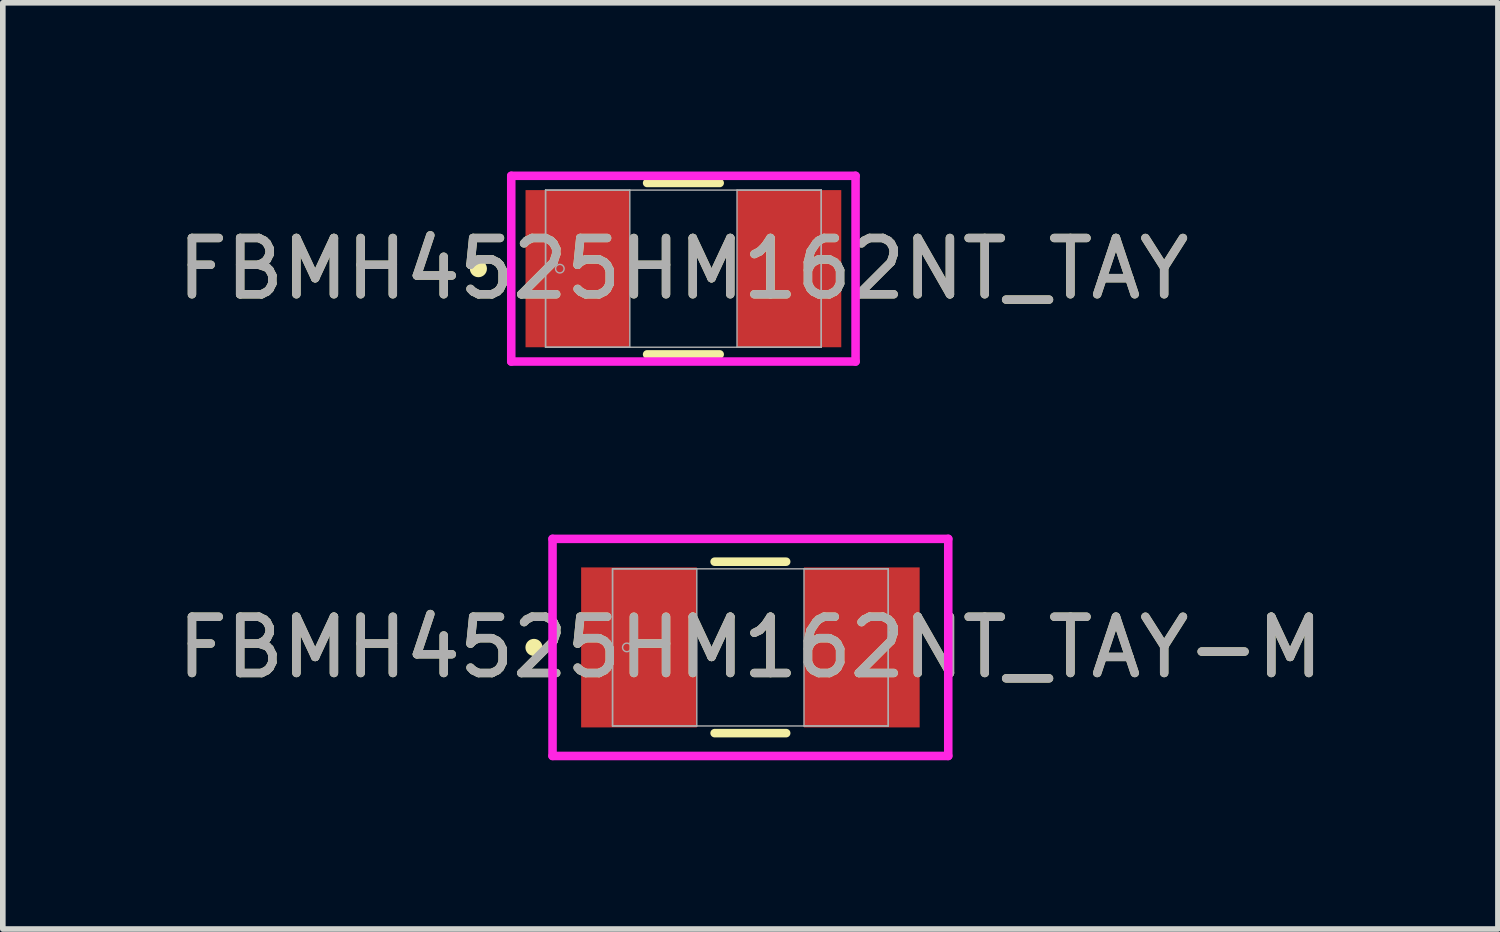
<source format=kicad_pcb>
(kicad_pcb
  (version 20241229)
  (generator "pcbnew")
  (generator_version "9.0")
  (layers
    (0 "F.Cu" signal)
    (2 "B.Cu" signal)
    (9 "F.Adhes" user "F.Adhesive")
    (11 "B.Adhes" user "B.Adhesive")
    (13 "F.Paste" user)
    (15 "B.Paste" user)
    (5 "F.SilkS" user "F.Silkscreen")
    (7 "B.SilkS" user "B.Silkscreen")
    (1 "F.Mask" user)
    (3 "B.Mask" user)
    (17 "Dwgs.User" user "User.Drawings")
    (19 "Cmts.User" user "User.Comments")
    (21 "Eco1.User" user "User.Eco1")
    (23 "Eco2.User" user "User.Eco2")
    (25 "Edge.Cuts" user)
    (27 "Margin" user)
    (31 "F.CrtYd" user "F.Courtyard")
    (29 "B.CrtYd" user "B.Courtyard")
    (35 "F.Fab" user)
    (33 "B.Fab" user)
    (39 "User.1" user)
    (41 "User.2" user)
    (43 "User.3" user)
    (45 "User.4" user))
  (footprint "FBMH4525HM162NT_TAY"
    (layer "F.Cu")
    (at 9.101 1.727)
    (property "Reference" "FBMH4525HM162NT_TAY" (at 0 0 0) (unlocked yes) (layer "F.SilkS") (effects (font (size 1 1) (thickness 0.15))))
    (attr smd)
    (fp_line (start -0.645 1.524) (end 0.645 1.524) (stroke (width 0.152) (type solid)) (layer "F.SilkS"))
    (fp_line (start 0.645 -1.524) (end -0.645 -1.524) (stroke (width 0.152) (type solid)) (layer "F.SilkS"))
    (fp_circle (center -3.645 0) (end -3.569 0) (stroke (width 0.152) (type solid)) (fill no) (layer "F.SilkS"))
    (fp_line (start -3.061 -1.651) (end 3.061 -1.651) (stroke (width 0.152) (type solid)) (layer "F.CrtYd"))
    (fp_line (start -3.061 1.651) (end -3.061 -1.651) (stroke (width 0.152) (type solid)) (layer "F.CrtYd"))
    (fp_line (start 3.061 -1.651) (end 3.061 1.651) (stroke (width 0.152) (type solid)) (layer "F.CrtYd"))
    (fp_line (start 3.061 1.651) (end -3.061 1.651) (stroke (width 0.152) (type solid)) (layer "F.CrtYd"))
    (fp_line (start -2.451 -1.397) (end -2.451 1.397) (stroke (width 0.025) (type solid)) (layer "F.Fab"))
    (fp_line (start -2.451 -1.397) (end -2.451 1.397) (stroke (width 0.025) (type solid)) (layer "F.Fab"))
    (fp_line (start -2.451 1.397) (end -0.953 1.397) (stroke (width 0.025) (type solid)) (layer "F.Fab"))
    (fp_line (start -2.451 1.397) (end 2.451 1.397) (stroke (width 0.025) (type solid)) (layer "F.Fab"))
    (fp_line (start -0.953 -1.397) (end -2.451 -1.397) (stroke (width 0.025) (type solid)) (layer "F.Fab"))
    (fp_line (start -0.953 1.397) (end -0.953 -1.397) (stroke (width 0.025) (type solid)) (layer "F.Fab"))
    (fp_line (start 0.953 -1.397) (end 0.953 1.397) (stroke (width 0.025) (type solid)) (layer "F.Fab"))
    (fp_line (start 0.953 1.397) (end 2.451 1.397) (stroke (width 0.025) (type solid)) (layer "F.Fab"))
    (fp_line (start 2.451 -1.397) (end -2.451 -1.397) (stroke (width 0.025) (type solid)) (layer "F.Fab"))
    (fp_line (start 2.451 -1.397) (end 0.953 -1.397) (stroke (width 0.025) (type solid)) (layer "F.Fab"))
    (fp_line (start 2.451 1.397) (end 2.451 -1.397) (stroke (width 0.025) (type solid)) (layer "F.Fab"))
    (fp_line (start 2.451 1.397) (end 2.451 -1.397) (stroke (width 0.025) (type solid)) (layer "F.Fab"))
    (fp_circle (center -2.197 0) (end -2.121 0) (stroke (width 0.025) (type solid)) (fill no) (layer "F.Fab"))
    (fp_text user "${REFERENCE}" (at 0 0 0) (unlocked yes) (layer "F.Fab") (effects (font (size 1 1) (thickness 0.15))))
    (pad "1" smd rect (at -1.88 0) (size 1.854 2.794) (layers "F.Cu" "F.Mask" "F.Paste"))
    (pad "2" smd rect (at 1.88 0) (size 1.854 2.794) (layers "F.Cu" "F.Mask" "F.Paste"))
    (zone (net_name "") (layer "F.Cu") (hatch full 0.508) (connect_pads) (min_thickness 0.254) (filled_areas_thickness no) (keepout (tracks not_allowed) (vias not_allowed) (pads allowed) (copperpour not_allowed) (footprints allowed)) (placement (enabled no)) (fill) (polygon (pts (xy 8.199 0.381) (xy 10.003 0.381) (xy 10.003 3.073) (xy 8.199 3.073)))))
  (footprint "FBMH4525HM162NT_TAY-M"
    (layer "F.Cu")
    (at 10.292 8.461)
    (property "Reference" "FBMH4525HM162NT_TAY-M" (at 0 0 0) (unlocked yes) (layer "F.SilkS") (effects (font (size 1 1) (thickness 0.15))))
    (attr smd)
    (fp_line (start -0.636 1.524) (end 0.636 1.524) (stroke (width 0.152) (type solid)) (layer "F.SilkS"))
    (fp_line (start 0.636 -1.524) (end -0.636 -1.524) (stroke (width 0.152) (type solid)) (layer "F.SilkS"))
    (fp_circle (center -3.848 0) (end -3.772 0) (stroke (width 0.152) (type solid)) (fill no) (layer "F.SilkS"))
    (fp_line (start -3.518 -1.93) (end 3.518 -1.93) (stroke (width 0.152) (type solid)) (layer "F.CrtYd"))
    (fp_line (start -3.518 1.93) (end -3.518 -1.93) (stroke (width 0.152) (type solid)) (layer "F.CrtYd"))
    (fp_line (start 3.518 -1.93) (end 3.518 1.93) (stroke (width 0.152) (type solid)) (layer "F.CrtYd"))
    (fp_line (start 3.518 1.93) (end -3.518 1.93) (stroke (width 0.152) (type solid)) (layer "F.CrtYd"))
    (fp_line (start -2.451 -1.397) (end -2.451 1.397) (stroke (width 0.025) (type solid)) (layer "F.Fab"))
    (fp_line (start -2.451 -1.397) (end -2.451 1.397) (stroke (width 0.025) (type solid)) (layer "F.Fab"))
    (fp_line (start -2.451 1.397) (end -0.953 1.397) (stroke (width 0.025) (type solid)) (layer "F.Fab"))
    (fp_line (start -2.451 1.397) (end 2.451 1.397) (stroke (width 0.025) (type solid)) (layer "F.Fab"))
    (fp_line (start -0.953 -1.397) (end -2.451 -1.397) (stroke (width 0.025) (type solid)) (layer "F.Fab"))
    (fp_line (start -0.953 1.397) (end -0.953 -1.397) (stroke (width 0.025) (type solid)) (layer "F.Fab"))
    (fp_line (start 0.953 -1.397) (end 0.953 1.397) (stroke (width 0.025) (type solid)) (layer "F.Fab"))
    (fp_line (start 0.953 1.397) (end 2.451 1.397) (stroke (width 0.025) (type solid)) (layer "F.Fab"))
    (fp_line (start 2.451 -1.397) (end -2.451 -1.397) (stroke (width 0.025) (type solid)) (layer "F.Fab"))
    (fp_line (start 2.451 -1.397) (end 0.953 -1.397) (stroke (width 0.025) (type solid)) (layer "F.Fab"))
    (fp_line (start 2.451 1.397) (end 2.451 -1.397) (stroke (width 0.025) (type solid)) (layer "F.Fab"))
    (fp_line (start 2.451 1.397) (end 2.451 -1.397) (stroke (width 0.025) (type solid)) (layer "F.Fab"))
    (fp_circle (center -2.197 0) (end -2.121 0) (stroke (width 0.025) (type solid)) (fill no) (layer "F.Fab"))
    (fp_text user "${REFERENCE}" (at 0 0 0) (unlocked yes) (layer "F.Fab") (effects (font (size 1 1) (thickness 0.15))))
    (pad "1" smd rect (at -1.981 0) (size 2.057 2.845) (layers "F.Cu" "F.Mask" "F.Paste"))
    (pad "2" smd rect (at 1.981 0) (size 2.057 2.845) (layers "F.Cu" "F.Mask" "F.Paste"))
    (zone (net_name "") (layer "F.Cu") (hatch full 0.508) (connect_pads) (min_thickness 0.254) (filled_areas_thickness no) (keepout (tracks not_allowed) (vias not_allowed) (pads allowed) (copperpour not_allowed) (footprints allowed)) (placement (enabled no)) (fill) (polygon (pts (xy 9.39 7.115) (xy 11.193 7.115) (xy 11.193 9.807) (xy 9.39 9.807)))))
  (gr_rect
    (start -3 -3)
    (end 23.583 13.468)
    (stroke (width 0.1) (type default))
    (fill no)
    (layer "Edge.Cuts")))
</source>
